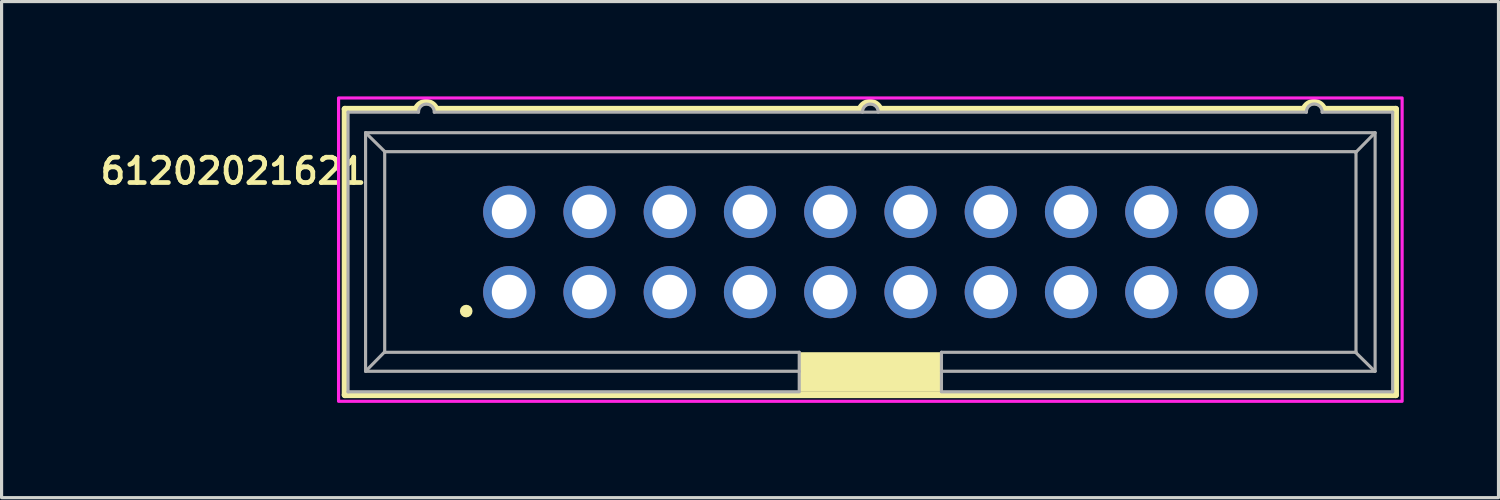
<source format=kicad_pcb>
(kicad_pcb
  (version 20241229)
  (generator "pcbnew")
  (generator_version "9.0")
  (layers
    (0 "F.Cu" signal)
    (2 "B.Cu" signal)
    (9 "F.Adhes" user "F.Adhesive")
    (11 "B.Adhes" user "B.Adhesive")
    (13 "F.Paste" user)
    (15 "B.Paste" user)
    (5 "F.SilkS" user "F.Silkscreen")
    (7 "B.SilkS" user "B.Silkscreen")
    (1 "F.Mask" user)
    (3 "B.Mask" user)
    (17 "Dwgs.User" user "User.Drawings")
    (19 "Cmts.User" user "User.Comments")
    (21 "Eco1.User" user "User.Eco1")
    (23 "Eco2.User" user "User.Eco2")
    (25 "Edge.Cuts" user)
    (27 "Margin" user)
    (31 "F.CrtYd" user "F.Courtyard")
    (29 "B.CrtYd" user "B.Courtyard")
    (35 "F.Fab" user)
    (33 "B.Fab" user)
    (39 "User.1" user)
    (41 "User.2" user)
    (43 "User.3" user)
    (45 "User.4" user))
  (footprint "61202021621"
    (layer "F.Cu")
    (at 24.495 4.925)
    (property "Reference" "61202021621" (at -20.16 -2.561 0) (layer "F.SilkS") (effects (font (size 0.8 0.8) (thickness 0.15))))
    (attr through_hole)
    (fp_line (start -16.63 -4.525) (end -16.63 4.525) (stroke (width 0.2) (type solid)) (layer "F.SilkS"))
    (fp_line (start -16.63 4.525) (end 16.63 4.525) (stroke (width 0.2) (type solid)) (layer "F.SilkS"))
    (fp_line (start -14.38 -4.525) (end -16.63 -4.525) (stroke (width 0.2) (type solid)) (layer "F.SilkS"))
    (fp_line (start -0.33 -4.525) (end -13.74 -4.525) (stroke (width 0.2) (type solid)) (layer "F.SilkS"))
    (fp_line (start 13.72 -4.525) (end 0.31 -4.525) (stroke (width 0.2) (type solid)) (layer "F.SilkS"))
    (fp_line (start 14.36 -4.525) (end 16.63 -4.525) (stroke (width 0.2) (type solid)) (layer "F.SilkS"))
    (fp_line (start 16.63 4.525) (end 16.63 -4.525) (stroke (width 0.2) (type solid)) (layer "F.SilkS"))
    (fp_arc (start -14.38 -4.525) (mid -14.06 -4.743547) (end -13.74 -4.525) (stroke (width 0.2) (type solid)) (layer "F.SilkS"))
    (fp_arc (start -0.33 -4.525) (mid -0.01 -4.743547) (end 0.31 -4.525) (stroke (width 0.2) (type solid)) (layer "F.SilkS"))
    (fp_arc (start 13.72 -4.525) (mid 14.04 -4.743547) (end 14.36 -4.525) (stroke (width 0.2) (type solid)) (layer "F.SilkS"))
    (fp_circle (center -12.79 1.87) (end -12.69 1.87) (stroke (width 0.2) (type solid)) (fill no) (layer "F.SilkS"))
    (fp_poly (pts (xy -2.25 3.175) (xy 2.25 3.175) (xy 2.25 4.425) (xy -2.25 4.425)) (stroke (width 0.01) (type solid)) (fill yes) (layer "F.SilkS"))
    (fp_poly (pts (xy -16.83 -4.875) (xy 16.83 -4.875) (xy 16.83 4.725) (xy -16.83 4.725)) (stroke (width 0.1) (type solid)) (fill no) (layer "F.CrtYd"))
    (fp_line (start -16.53 -4.425) (end -14.3 -4.425) (stroke (width 0.1) (type solid)) (layer "F.Fab"))
    (fp_line (start -16.53 4.425) (end -16.53 -4.425) (stroke (width 0.1) (type solid)) (layer "F.Fab"))
    (fp_line (start -15.975 -3.775) (end 15.975 -3.775) (stroke (width 0.1) (type solid)) (layer "F.Fab"))
    (fp_line (start -15.975 3.775) (end -15.975 -3.775) (stroke (width 0.1) (type solid)) (layer "F.Fab"))
    (fp_line (start -15.37 -3.175) (end 15.37 -3.175) (stroke (width 0.1) (type solid)) (layer "F.Fab"))
    (fp_line (start -15.37 3.16) (end -15.97 3.77) (stroke (width 0.1) (type solid)) (layer "F.Fab"))
    (fp_line (start -15.37 3.16) (end -15.37 -3.175) (stroke (width 0.1) (type solid)) (layer "F.Fab"))
    (fp_line (start -15.37 3.175) (end -15.37 3.16) (stroke (width 0.1) (type solid)) (layer "F.Fab"))
    (fp_line (start -15.36 -3.17) (end -15.97 -3.77) (stroke (width 0.1) (type solid)) (layer "F.Fab"))
    (fp_line (start -13.8 -4.425) (end 13.8 -4.425) (stroke (width 0.1) (type solid)) (layer "F.Fab"))
    (fp_line (start -2.25 3.175) (end -15.37 3.175) (stroke (width 0.1) (type solid)) (layer "F.Fab"))
    (fp_line (start -2.25 3.175) (end -2.25 3.775) (stroke (width 0.1) (type solid)) (layer "F.Fab"))
    (fp_line (start -2.25 3.775) (end -15.975 3.775) (stroke (width 0.1) (type solid)) (layer "F.Fab"))
    (fp_line (start -2.25 3.795) (end -2.25 4.395) (stroke (width 0.1) (type solid)) (layer "F.Fab"))
    (fp_line (start -2.25 4.425) (end -16.53 4.425) (stroke (width 0.1) (type solid)) (layer "F.Fab"))
    (fp_line (start 2.25 3.175) (end 2.25 3.775) (stroke (width 0.1) (type solid)) (layer "F.Fab"))
    (fp_line (start 2.25 3.815) (end 2.25 4.415) (stroke (width 0.1) (type solid)) (layer "F.Fab"))
    (fp_line (start 14.3 -4.425) (end 16.53 -4.425) (stroke (width 0.1) (type solid)) (layer "F.Fab"))
    (fp_line (start 15.35 3.17) (end 15.96 3.77) (stroke (width 0.1) (type solid)) (layer "F.Fab"))
    (fp_line (start 15.36 -3.15) (end 15.96 -3.76) (stroke (width 0.1) (type solid)) (layer "F.Fab"))
    (fp_line (start 15.37 -3.175) (end 15.37 3.175) (stroke (width 0.1) (type solid)) (layer "F.Fab"))
    (fp_line (start 15.37 3.175) (end 2.25 3.175) (stroke (width 0.1) (type solid)) (layer "F.Fab"))
    (fp_line (start 15.975 -3.775) (end 15.975 3.775) (stroke (width 0.1) (type solid)) (layer "F.Fab"))
    (fp_line (start 15.975 3.775) (end 2.25 3.775) (stroke (width 0.1) (type solid)) (layer "F.Fab"))
    (fp_line (start 16.53 -4.425) (end 16.53 4.425) (stroke (width 0.1) (type solid)) (layer "F.Fab"))
    (fp_line (start 16.53 4.425) (end 2.25 4.425) (stroke (width 0.1) (type solid)) (layer "F.Fab"))
    (fp_arc (start -14.3 -4.425) (mid -14.05 -4.680051) (end -13.8 -4.425) (stroke (width 0.1) (type solid)) (layer "F.Fab"))
    (fp_arc (start -0.25 -4.425) (mid 0 -4.680051) (end 0.25 -4.425) (stroke (width 0.1) (type solid)) (layer "F.Fab"))
    (fp_arc (start 13.8 -4.425) (mid 14.05 -4.685195) (end 14.3 -4.425) (stroke (width 0.1) (type solid)) (layer "F.Fab"))
    (pad "1" thru_hole circle (at -11.43 1.27) (size 1.65 1.65) (drill 1.1) (layers "*.Cu" "*.Mask"))
    (pad "2" thru_hole circle (at -11.43 -1.27) (size 1.65 1.65) (drill 1.1) (layers "*.Cu" "*.Mask"))
    (pad "3" thru_hole circle (at -8.89 1.27) (size 1.65 1.65) (drill 1.1) (layers "*.Cu" "*.Mask"))
    (pad "4" thru_hole circle (at -8.89 -1.27) (size 1.65 1.65) (drill 1.1) (layers "*.Cu" "*.Mask"))
    (pad "5" thru_hole circle (at -6.35 1.27) (size 1.65 1.65) (drill 1.1) (layers "*.Cu" "*.Mask"))
    (pad "6" thru_hole circle (at -6.35 -1.27) (size 1.65 1.65) (drill 1.1) (layers "*.Cu" "*.Mask"))
    (pad "7" thru_hole circle (at -3.81 1.27) (size 1.65 1.65) (drill 1.1) (layers "*.Cu" "*.Mask"))
    (pad "8" thru_hole circle (at -3.81 -1.27) (size 1.65 1.65) (drill 1.1) (layers "*.Cu" "*.Mask"))
    (pad "9" thru_hole circle (at -1.27 1.27) (size 1.65 1.65) (drill 1.1) (layers "*.Cu" "*.Mask"))
    (pad "10" thru_hole circle (at -1.27 -1.27) (size 1.65 1.65) (drill 1.1) (layers "*.Cu" "*.Mask"))
    (pad "11" thru_hole circle (at 1.27 1.27) (size 1.65 1.65) (drill 1.1) (layers "*.Cu" "*.Mask"))
    (pad "12" thru_hole circle (at 1.27 -1.27) (size 1.65 1.65) (drill 1.1) (layers "*.Cu" "*.Mask"))
    (pad "13" thru_hole circle (at 3.81 1.27) (size 1.65 1.65) (drill 1.1) (layers "*.Cu" "*.Mask"))
    (pad "14" thru_hole circle (at 3.81 -1.27) (size 1.65 1.65) (drill 1.1) (layers "*.Cu" "*.Mask"))
    (pad "15" thru_hole circle (at 6.35 1.27) (size 1.65 1.65) (drill 1.1) (layers "*.Cu" "*.Mask"))
    (pad "16" thru_hole circle (at 6.35 -1.27) (size 1.65 1.65) (drill 1.1) (layers "*.Cu" "*.Mask"))
    (pad "17" thru_hole circle (at 8.89 1.27) (size 1.65 1.65) (drill 1.1) (layers "*.Cu" "*.Mask"))
    (pad "18" thru_hole circle (at 8.89 -1.27) (size 1.65 1.65) (drill 1.1) (layers "*.Cu" "*.Mask"))
    (pad "19" thru_hole circle (at 11.43 1.27) (size 1.65 1.65) (drill 1.1) (layers "*.Cu" "*.Mask"))
    (pad "20" thru_hole circle (at 11.43 -1.27) (size 1.65 1.65) (drill 1.1) (layers "*.Cu" "*.Mask")))
  (gr_rect
    (start -3 -3)
    (end 44.375 12.7)
    (stroke (width 0.1) (type default))
    (fill no)
    (layer "Edge.Cuts")))
</source>
